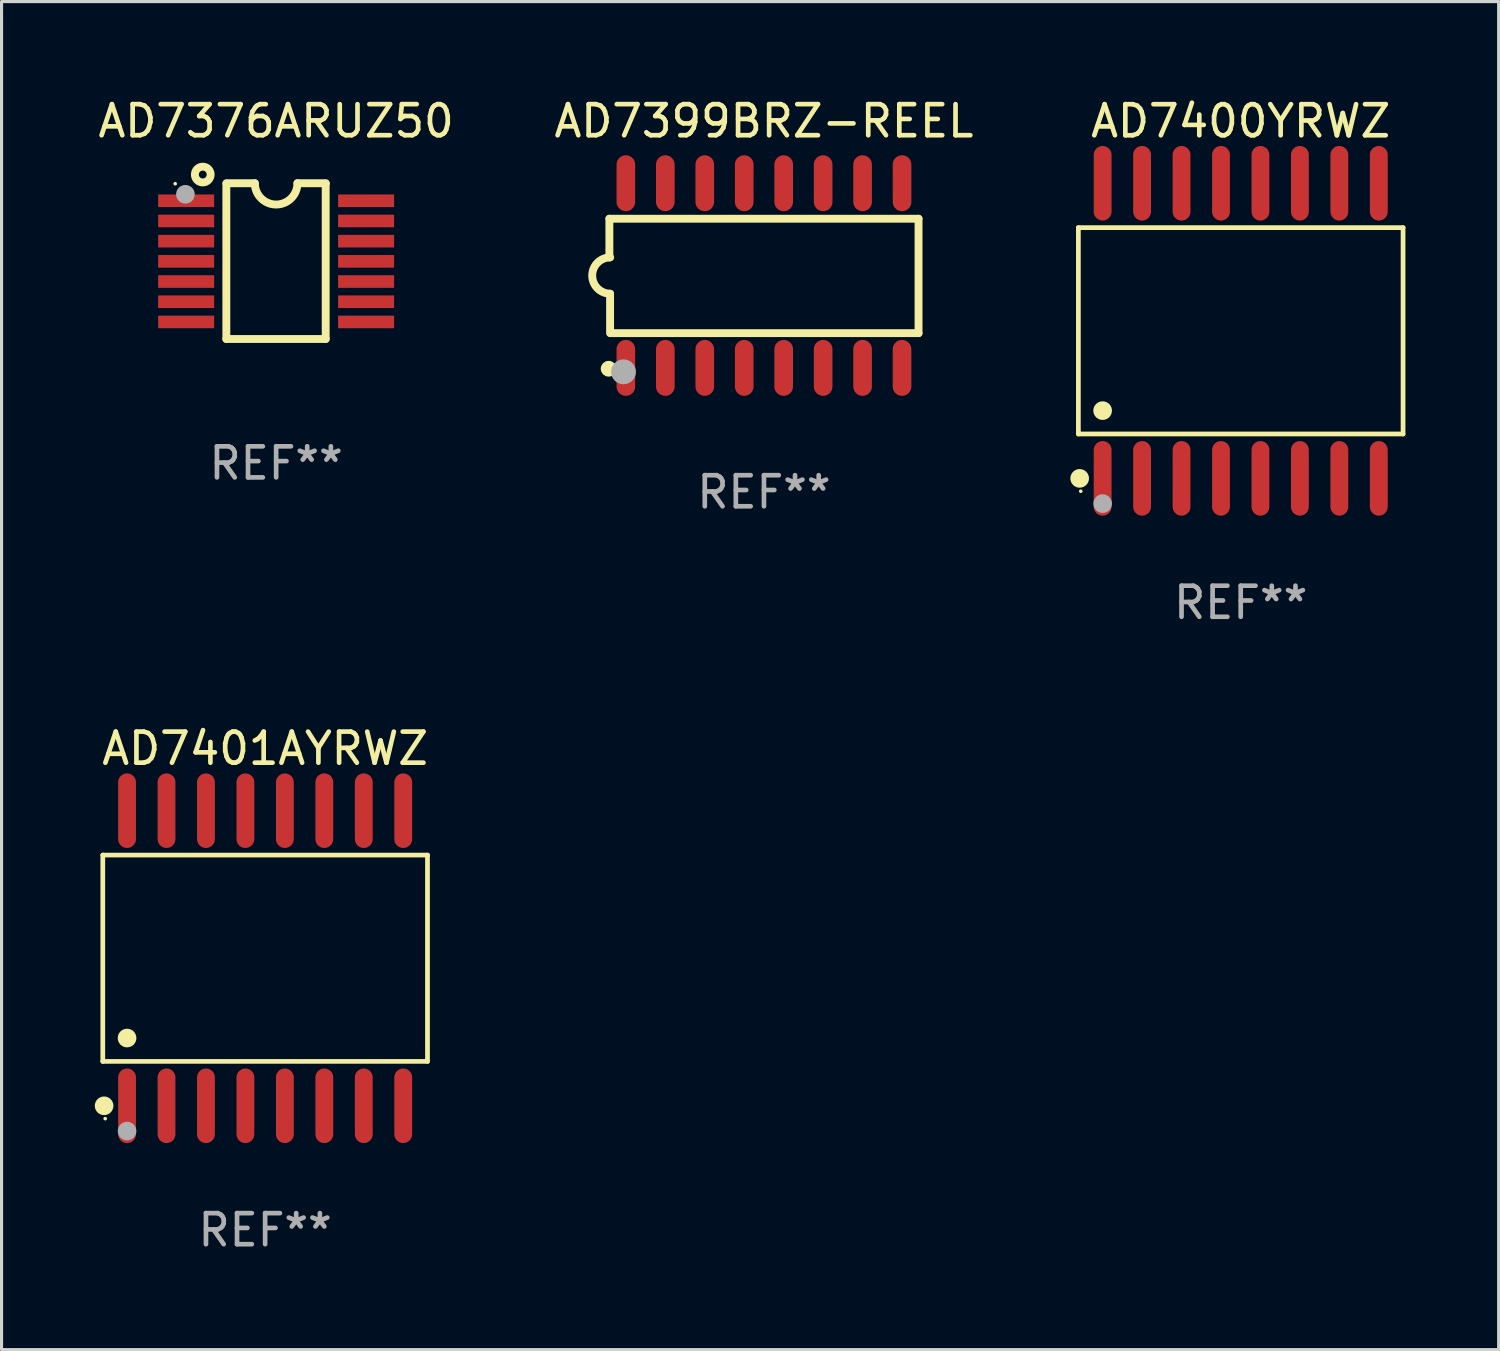
<source format=kicad_pcb>
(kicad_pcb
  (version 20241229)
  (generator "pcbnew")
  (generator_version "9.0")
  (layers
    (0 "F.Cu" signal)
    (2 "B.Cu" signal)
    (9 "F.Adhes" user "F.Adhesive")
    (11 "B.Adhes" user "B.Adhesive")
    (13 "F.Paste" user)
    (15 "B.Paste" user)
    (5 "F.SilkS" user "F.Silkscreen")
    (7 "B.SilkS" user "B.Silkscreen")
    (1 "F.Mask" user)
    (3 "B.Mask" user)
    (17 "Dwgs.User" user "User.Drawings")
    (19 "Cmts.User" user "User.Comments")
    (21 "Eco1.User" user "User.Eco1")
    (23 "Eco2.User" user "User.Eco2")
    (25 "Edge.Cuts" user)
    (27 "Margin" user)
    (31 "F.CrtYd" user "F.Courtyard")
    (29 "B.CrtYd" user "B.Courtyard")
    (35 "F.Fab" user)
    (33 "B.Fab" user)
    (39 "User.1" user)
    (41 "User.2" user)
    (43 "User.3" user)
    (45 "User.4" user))
  (footprint "AD7376ARUZ50"
    (layer "F.Cu")
    (at 5.839 5.355)
    (property "Reference" "AD7376ARUZ50" (at 0 -4.507 0) (layer "F.SilkS") (effects (font (size 1 1) (thickness 0.15))))
    (attr through_hole)
    (fp_line (start -1.603 2.507) (end -1.603 -2.494) (stroke (width 0.254) (type solid)) (layer "F.SilkS"))
    (fp_line (start -1.603 2.507) (end 1.595 2.507) (stroke (width 0.254) (type solid)) (layer "F.SilkS"))
    (fp_line (start -1.6 -2.507) (end -0.686 -2.507) (stroke (width 0.254) (type solid)) (layer "F.SilkS"))
    (fp_line (start 0.686 -2.507) (end 1.6 -2.507) (stroke (width 0.254) (type solid)) (layer "F.SilkS"))
    (fp_line (start 1.595 2.507) (end 1.595 -2.494) (stroke (width 0.254) (type solid)) (layer "F.SilkS"))
    (fp_arc (start 0.685852 -2.506998) (mid 0.000051 -1.821197) (end -0.68575 -2.506998) (stroke (width 0.254001) (type solid)) (layer "F.SilkS"))
    (fp_circle (center -3.25 -2.492) (end -3.22 -2.492) (stroke (width 0.06) (type solid)) (fill no) (layer "F.SilkS"))
    (fp_circle (center -2.362 -2.786) (end -2.108 -2.786) (stroke (width 0.254) (type solid)) (fill no) (layer "F.SilkS"))
    (fp_circle (center -2.921 -2.151) (end -2.771 -2.151) (stroke (width 0.3) (type solid)) (fill no) (layer "F.Fab"))
    (fp_text user "REF**" (at 0 6.507 0) (layer "F.Fab") (effects (font (size 1 1) (thickness 0.15))))
    (pad "1" smd rect (at -2.896 -1.942) (size 1.803 0.406) (layers "F.Cu" "F.Mask" "F.Paste"))
    (pad "2" smd rect (at -2.896 -1.292) (size 1.803 0.406) (layers "F.Cu" "F.Mask" "F.Paste"))
    (pad "3" smd rect (at -2.896 -0.642) (size 1.803 0.406) (layers "F.Cu" "F.Mask" "F.Paste"))
    (pad "4" smd rect (at -2.896 0.008) (size 1.803 0.406) (layers "F.Cu" "F.Mask" "F.Paste"))
    (pad "5" smd rect (at -2.896 0.658) (size 1.803 0.406) (layers "F.Cu" "F.Mask" "F.Paste"))
    (pad "6" smd rect (at -2.896 1.308) (size 1.803 0.406) (layers "F.Cu" "F.Mask" "F.Paste"))
    (pad "7" smd rect (at -2.896 1.958) (size 1.803 0.406) (layers "F.Cu" "F.Mask" "F.Paste"))
    (pad "8" smd rect (at 2.896 1.958) (size 1.803 0.406) (layers "F.Cu" "F.Mask" "F.Paste"))
    (pad "9" smd rect (at 2.896 1.308) (size 1.803 0.406) (layers "F.Cu" "F.Mask" "F.Paste"))
    (pad "10" smd rect (at 2.896 0.658) (size 1.803 0.406) (layers "F.Cu" "F.Mask" "F.Paste"))
    (pad "11" smd rect (at 2.896 0.008) (size 1.803 0.406) (layers "F.Cu" "F.Mask" "F.Paste"))
    (pad "12" smd rect (at 2.896 -0.642) (size 1.803 0.406) (layers "F.Cu" "F.Mask" "F.Paste"))
    (pad "13" smd rect (at 2.896 -1.292) (size 1.803 0.406) (layers "F.Cu" "F.Mask" "F.Paste"))
    (pad "14" smd rect (at 2.896 -1.942) (size 1.803 0.406) (layers "F.Cu" "F.Mask" "F.Paste")))
  (footprint "AD7400YRWZ"
    (layer "F.Cu")
    (at 36.889 7.599)
    (property "Reference" "AD7400YRWZ" (at 0 -6.75 0) (layer "F.SilkS") (effects (font (size 1 1) (thickness 0.15))))
    (attr through_hole)
    (fp_line (start -5.226 -3.321) (end 5.226 -3.321) (stroke (width 0.152) (type solid)) (layer "F.SilkS"))
    (fp_line (start -5.226 3.321) (end -5.226 -3.321) (stroke (width 0.152) (type solid)) (layer "F.SilkS"))
    (fp_line (start 5.226 -3.321) (end 5.226 3.321) (stroke (width 0.152) (type solid)) (layer "F.SilkS"))
    (fp_line (start 5.226 3.321) (end -5.226 3.321) (stroke (width 0.152) (type solid)) (layer "F.SilkS"))
    (fp_circle (center -5.184 4.75) (end -5.034 4.75) (stroke (width 0.3) (type solid)) (fill no) (layer "F.SilkS"))
    (fp_circle (center -5.15 5.163) (end -5.12 5.163) (stroke (width 0.06) (type solid)) (fill no) (layer "F.SilkS"))
    (fp_circle (center -4.445 2.569) (end -4.295 2.569) (stroke (width 0.3) (type solid)) (fill no) (layer "F.SilkS"))
    (fp_circle (center -4.445 5.563) (end -4.295 5.563) (stroke (width 0.3) (type solid)) (fill no) (layer "F.Fab"))
    (fp_text user "REF**" (at 0 8.75 0) (layer "F.Fab") (effects (font (size 1 1) (thickness 0.15))))
    (pad "1" smd oval (at -4.445 4.75) (size 0.574 2.401) (layers "F.Cu" "F.Mask" "F.Paste"))
    (pad "2" smd oval (at -3.175 4.75) (size 0.574 2.401) (layers "F.Cu" "F.Mask" "F.Paste"))
    (pad "3" smd oval (at -1.905 4.75) (size 0.574 2.401) (layers "F.Cu" "F.Mask" "F.Paste"))
    (pad "4" smd oval (at -0.635 4.75) (size 0.574 2.401) (layers "F.Cu" "F.Mask" "F.Paste"))
    (pad "5" smd oval (at 0.635 4.75) (size 0.574 2.401) (layers "F.Cu" "F.Mask" "F.Paste"))
    (pad "6" smd oval (at 1.905 4.75) (size 0.574 2.401) (layers "F.Cu" "F.Mask" "F.Paste"))
    (pad "7" smd oval (at 3.175 4.75) (size 0.574 2.401) (layers "F.Cu" "F.Mask" "F.Paste"))
    (pad "8" smd oval (at 4.445 4.75) (size 0.574 2.401) (layers "F.Cu" "F.Mask" "F.Paste"))
    (pad "9" smd oval (at 4.445 -4.75) (size 0.574 2.401) (layers "F.Cu" "F.Mask" "F.Paste"))
    (pad "10" smd oval (at 3.175 -4.75) (size 0.574 2.401) (layers "F.Cu" "F.Mask" "F.Paste"))
    (pad "11" smd oval (at 1.905 -4.75) (size 0.574 2.401) (layers "F.Cu" "F.Mask" "F.Paste"))
    (pad "12" smd oval (at 0.635 -4.75) (size 0.574 2.401) (layers "F.Cu" "F.Mask" "F.Paste"))
    (pad "13" smd oval (at -0.635 -4.75) (size 0.574 2.401) (layers "F.Cu" "F.Mask" "F.Paste"))
    (pad "14" smd oval (at -1.905 -4.75) (size 0.574 2.401) (layers "F.Cu" "F.Mask" "F.Paste"))
    (pad "15" smd oval (at -3.175 -4.75) (size 0.574 2.401) (layers "F.Cu" "F.Mask" "F.Paste"))
    (pad "16" smd oval (at -4.445 -4.75) (size 0.574 2.401) (layers "F.Cu" "F.Mask" "F.Paste")))
  (footprint "AD7399BRZ-REEL"
    (layer "F.Cu")
    (at 21.542 5.82)
    (property "Reference" "AD7399BRZ-REEL" (at 0 -4.972 0) (layer "F.SilkS") (effects (font (size 1 1) (thickness 0.15))))
    (attr through_hole)
    (fp_line (start -4.976 -1.829) (end -4.976 -0.584) (stroke (width 0.254) (type solid)) (layer "F.SilkS"))
    (fp_line (start -4.953 0.584) (end -4.953 1.854) (stroke (width 0.254) (type solid)) (layer "F.SilkS"))
    (fp_line (start -4.928 1.854) (end 4.976 1.854) (stroke (width 0.254) (type solid)) (layer "F.SilkS"))
    (fp_line (start 4.976 -1.829) (end -4.976 -1.829) (stroke (width 0.254) (type solid)) (layer "F.SilkS"))
    (fp_line (start 4.976 1.854) (end 4.976 -1.829) (stroke (width 0.254) (type solid)) (layer "F.SilkS"))
    (fp_arc (start -4.95301 0.584201) (mid -5.533866 -0.00152) (end -4.950088 -0.584329) (stroke (width 0.254001) (type solid)) (layer "F.SilkS"))
    (fp_circle (center -5 3) (end -4.873 3) (stroke (width 0.254) (type solid)) (fill no) (layer "F.SilkS"))
    (fp_circle (center -4.521 3.099) (end -4.321 3.099) (stroke (width 0.4) (type solid)) (fill no) (layer "F.Fab"))
    (fp_text user "REF**" (at 0 6.972 0) (layer "F.Fab") (effects (font (size 1 1) (thickness 0.15))))
    (pad "1" smd oval (at -4.445 2.972 180) (size 0.6 1.8) (layers "F.Cu" "F.Mask" "F.Paste"))
    (pad "2" smd oval (at -3.175 2.972 180) (size 0.6 1.8) (layers "F.Cu" "F.Mask" "F.Paste"))
    (pad "3" smd oval (at -1.905 2.972 180) (size 0.6 1.8) (layers "F.Cu" "F.Mask" "F.Paste"))
    (pad "4" smd oval (at -0.635 2.972 180) (size 0.6 1.8) (layers "F.Cu" "F.Mask" "F.Paste"))
    (pad "5" smd oval (at 0.635 2.972 180) (size 0.6 1.8) (layers "F.Cu" "F.Mask" "F.Paste"))
    (pad "6" smd oval (at 1.905 2.972 180) (size 0.6 1.8) (layers "F.Cu" "F.Mask" "F.Paste"))
    (pad "7" smd oval (at 3.175 2.972 180) (size 0.6 1.8) (layers "F.Cu" "F.Mask" "F.Paste"))
    (pad "8" smd oval (at 4.445 2.972 180) (size 0.6 1.8) (layers "F.Cu" "F.Mask" "F.Paste"))
    (pad "9" smd oval (at 4.445 -2.972 180) (size 0.6 1.8) (layers "F.Cu" "F.Mask" "F.Paste"))
    (pad "10" smd oval (at 3.175 -2.972 180) (size 0.6 1.8) (layers "F.Cu" "F.Mask" "F.Paste"))
    (pad "11" smd oval (at 1.905 -2.972 180) (size 0.6 1.8) (layers "F.Cu" "F.Mask" "F.Paste"))
    (pad "12" smd oval (at 0.635 -2.972 180) (size 0.6 1.8) (layers "F.Cu" "F.Mask" "F.Paste"))
    (pad "13" smd oval (at -0.635 -2.972 180) (size 0.6 1.8) (layers "F.Cu" "F.Mask" "F.Paste"))
    (pad "14" smd oval (at -1.905 -2.972 180) (size 0.6 1.8) (layers "F.Cu" "F.Mask" "F.Paste"))
    (pad "15" smd oval (at -3.175 -2.972 180) (size 0.6 1.8) (layers "F.Cu" "F.Mask" "F.Paste"))
    (pad "16" smd oval (at -4.445 -2.972 180) (size 0.6 1.8) (layers "F.Cu" "F.Mask" "F.Paste")))
  (footprint "AD7401AYRWZ"
    (layer "F.Cu")
    (at 5.485 27.796)
    (property "Reference" "AD7401AYRWZ" (at 0 -6.75 0) (layer "F.SilkS") (effects (font (size 1 1) (thickness 0.15))))
    (attr through_hole)
    (fp_line (start -5.226 -3.321) (end 5.226 -3.321) (stroke (width 0.152) (type solid)) (layer "F.SilkS"))
    (fp_line (start -5.226 3.321) (end -5.226 -3.321) (stroke (width 0.152) (type solid)) (layer "F.SilkS"))
    (fp_line (start 5.226 -3.321) (end 5.226 3.321) (stroke (width 0.152) (type solid)) (layer "F.SilkS"))
    (fp_line (start 5.226 3.321) (end -5.226 3.321) (stroke (width 0.152) (type solid)) (layer "F.SilkS"))
    (fp_circle (center -5.184 4.75) (end -5.034 4.75) (stroke (width 0.3) (type solid)) (fill no) (layer "F.SilkS"))
    (fp_circle (center -5.15 5.163) (end -5.12 5.163) (stroke (width 0.06) (type solid)) (fill no) (layer "F.SilkS"))
    (fp_circle (center -4.445 2.569) (end -4.295 2.569) (stroke (width 0.3) (type solid)) (fill no) (layer "F.SilkS"))
    (fp_circle (center -4.445 5.563) (end -4.295 5.563) (stroke (width 0.3) (type solid)) (fill no) (layer "F.Fab"))
    (fp_text user "REF**" (at 0 8.75 0) (layer "F.Fab") (effects (font (size 1 1) (thickness 0.15))))
    (pad "1" smd oval (at -4.445 4.75) (size 0.574 2.401) (layers "F.Cu" "F.Mask" "F.Paste"))
    (pad "2" smd oval (at -3.175 4.75) (size 0.574 2.401) (layers "F.Cu" "F.Mask" "F.Paste"))
    (pad "3" smd oval (at -1.905 4.75) (size 0.574 2.401) (layers "F.Cu" "F.Mask" "F.Paste"))
    (pad "4" smd oval (at -0.635 4.75) (size 0.574 2.401) (layers "F.Cu" "F.Mask" "F.Paste"))
    (pad "5" smd oval (at 0.635 4.75) (size 0.574 2.401) (layers "F.Cu" "F.Mask" "F.Paste"))
    (pad "6" smd oval (at 1.905 4.75) (size 0.574 2.401) (layers "F.Cu" "F.Mask" "F.Paste"))
    (pad "7" smd oval (at 3.175 4.75) (size 0.574 2.401) (layers "F.Cu" "F.Mask" "F.Paste"))
    (pad "8" smd oval (at 4.445 4.75) (size 0.574 2.401) (layers "F.Cu" "F.Mask" "F.Paste"))
    (pad "9" smd oval (at 4.445 -4.75) (size 0.574 2.401) (layers "F.Cu" "F.Mask" "F.Paste"))
    (pad "10" smd oval (at 3.175 -4.75) (size 0.574 2.401) (layers "F.Cu" "F.Mask" "F.Paste"))
    (pad "11" smd oval (at 1.905 -4.75) (size 0.574 2.401) (layers "F.Cu" "F.Mask" "F.Paste"))
    (pad "12" smd oval (at 0.635 -4.75) (size 0.574 2.401) (layers "F.Cu" "F.Mask" "F.Paste"))
    (pad "13" smd oval (at -0.635 -4.75) (size 0.574 2.401) (layers "F.Cu" "F.Mask" "F.Paste"))
    (pad "14" smd oval (at -1.905 -4.75) (size 0.574 2.401) (layers "F.Cu" "F.Mask" "F.Paste"))
    (pad "15" smd oval (at -3.175 -4.75) (size 0.574 2.401) (layers "F.Cu" "F.Mask" "F.Paste"))
    (pad "16" smd oval (at -4.445 -4.75) (size 0.574 2.401) (layers "F.Cu" "F.Mask" "F.Paste")))
  (gr_rect
    (start -3 -3)
    (end 45.192 40.394)
    (stroke (width 0.1) (type default))
    (fill no)
    (layer "Edge.Cuts")))
</source>
